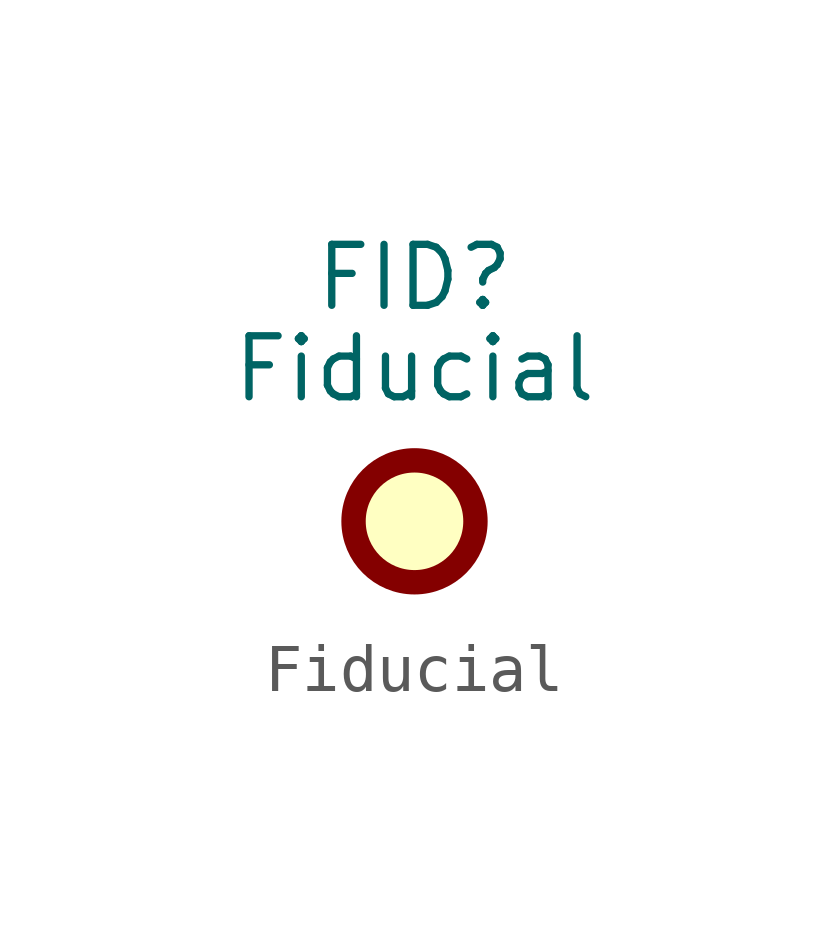
<source format=kicad_sym>
(kicad_symbol_lib
  (version 20241209)
  (generator "kicad_symbol_editor")
  (generator_version "9.0")
  (symbol "Fiducial"
    (property "Reference" "FID"
      (at 0 5.08 0)
      (effects (font (size 1.27 1.27))))
    (property "Value" "Fiducial"
      (at 0 3.175 0)
      (effects (font (size 1.27 1.27))))
    (symbol "Fiducial_0_1"
      (circle (center 0 0) (radius 1.27) (stroke (width 0.508) (type default)) (fill (type background))))))
</source>
